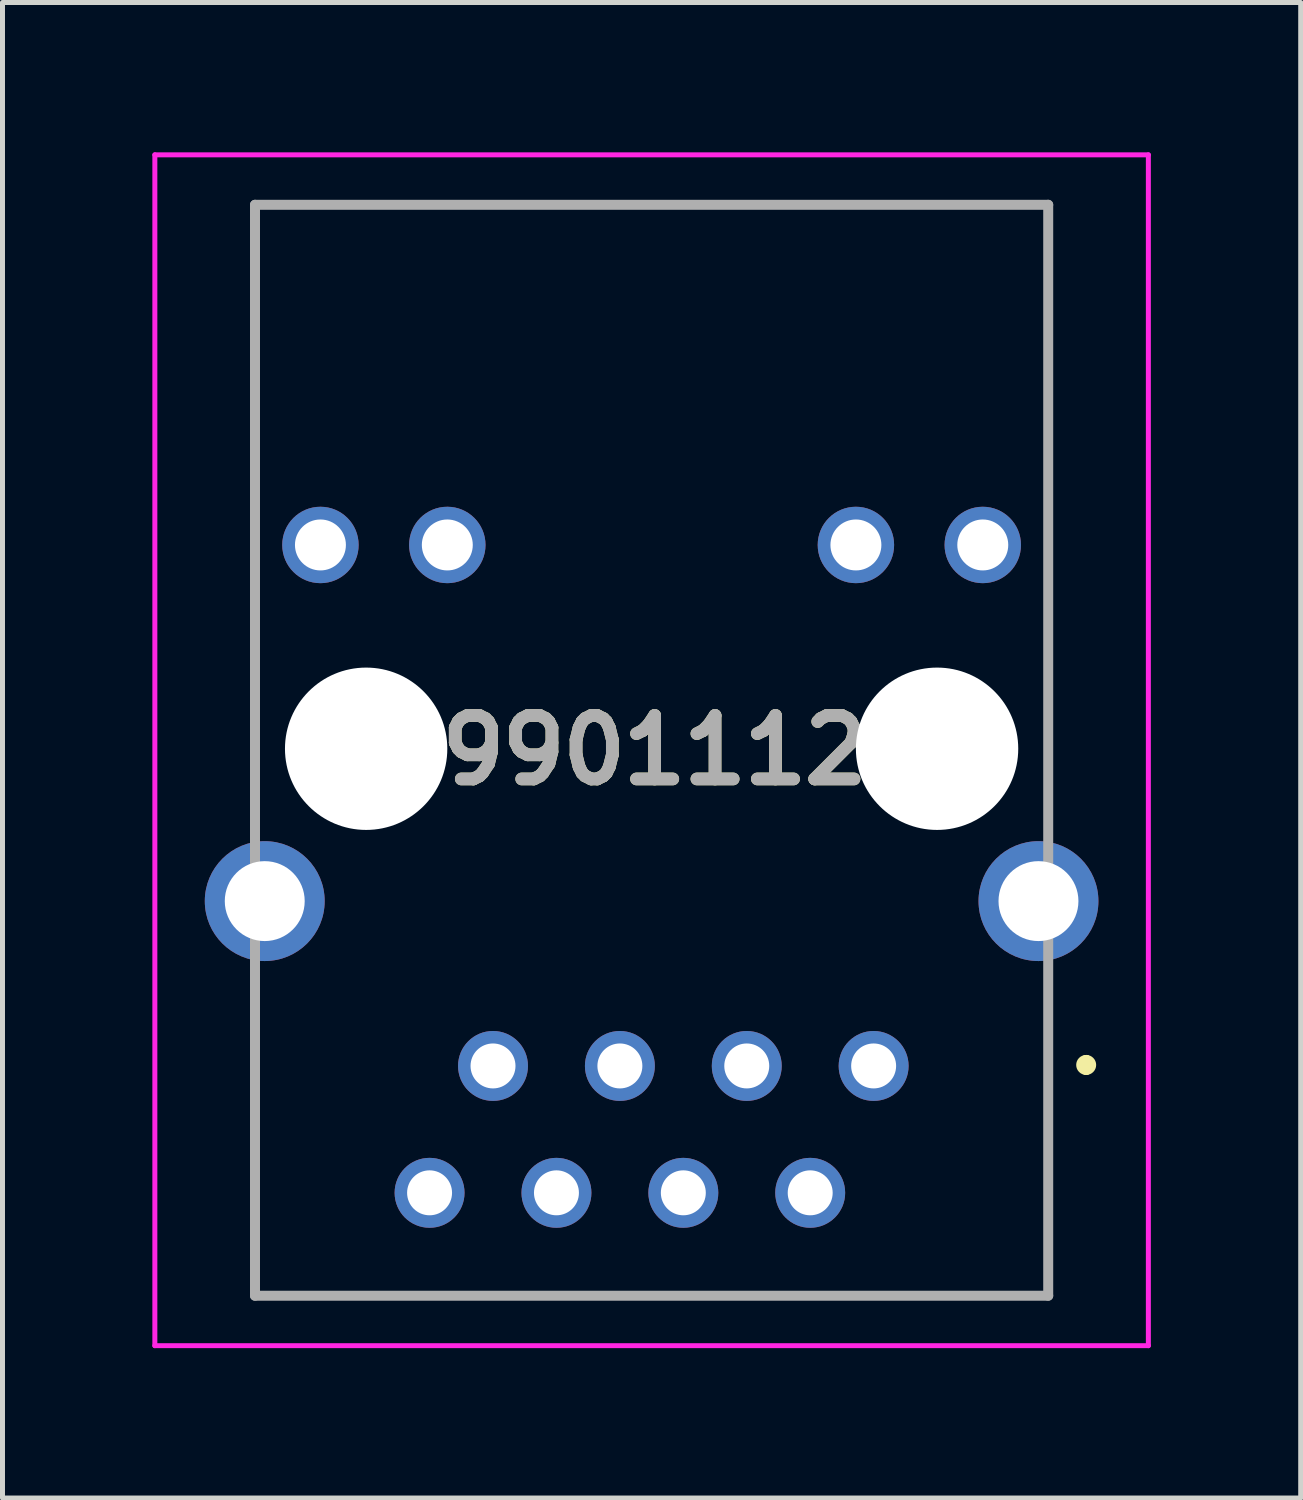
<source format=kicad_pcb>
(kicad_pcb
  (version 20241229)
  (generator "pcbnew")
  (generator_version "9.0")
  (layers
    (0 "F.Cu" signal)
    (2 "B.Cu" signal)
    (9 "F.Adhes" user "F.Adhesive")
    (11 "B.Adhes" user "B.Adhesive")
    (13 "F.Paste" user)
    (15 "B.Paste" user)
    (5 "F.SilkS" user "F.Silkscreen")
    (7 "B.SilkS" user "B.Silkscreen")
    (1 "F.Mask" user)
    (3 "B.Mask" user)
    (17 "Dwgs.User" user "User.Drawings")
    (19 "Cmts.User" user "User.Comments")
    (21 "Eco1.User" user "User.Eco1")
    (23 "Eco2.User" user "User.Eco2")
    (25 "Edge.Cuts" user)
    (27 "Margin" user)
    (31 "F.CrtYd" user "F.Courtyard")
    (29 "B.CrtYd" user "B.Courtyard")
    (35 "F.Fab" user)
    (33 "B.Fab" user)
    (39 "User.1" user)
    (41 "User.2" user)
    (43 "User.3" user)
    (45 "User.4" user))
  (footprint "7499011121A"
    (layer "F.Cu")
    (at 9.995 11.97)
    (property "Reference" "7499011121A" (at 0 0 0) (layer "F.SilkS") (effects (font (size 1.27 1.27) (thickness 0.254))))
    (attr through_hole)
    (fp_line (start -7.94 -10.92) (end 7.94 -10.92) (stroke (width 0.1) (type solid)) (layer "F.SilkS"))
    (fp_line (start -7.94 1.08) (end -7.94 -10.92) (stroke (width 0.1) (type solid)) (layer "F.SilkS"))
    (fp_line (start -7.94 5.08) (end -7.94 10.92) (stroke (width 0.1) (type solid)) (layer "F.SilkS"))
    (fp_line (start -7.94 10.92) (end 7.94 10.92) (stroke (width 0.1) (type solid)) (layer "F.SilkS"))
    (fp_line (start 7.94 -10.92) (end 7.94 1.08) (stroke (width 0.1) (type solid)) (layer "F.SilkS"))
    (fp_line (start 7.94 10.92) (end 7.94 5.08) (stroke (width 0.1) (type solid)) (layer "F.SilkS"))
    (fp_line (start 8.7 6.2) (end 8.7 6.2) (stroke (width 0.2) (type solid)) (layer "F.SilkS"))
    (fp_line (start 8.7 6.4) (end 8.7 6.4) (stroke (width 0.2) (type solid)) (layer "F.SilkS"))
    (fp_arc (start 8.7 6.2) (mid 8.8 6.3) (end 8.7 6.4) (stroke (width 0.2) (type solid)) (layer "F.SilkS"))
    (fp_arc (start 8.7 6.4) (mid 8.6 6.3) (end 8.7 6.2) (stroke (width 0.2) (type solid)) (layer "F.SilkS"))
    (fp_line (start -9.945 -11.92) (end 9.945 -11.92) (stroke (width 0.1) (type solid)) (layer "F.CrtYd"))
    (fp_line (start -9.945 11.92) (end -9.945 -11.92) (stroke (width 0.1) (type solid)) (layer "F.CrtYd"))
    (fp_line (start 9.945 -11.92) (end 9.945 11.92) (stroke (width 0.1) (type solid)) (layer "F.CrtYd"))
    (fp_line (start 9.945 11.92) (end -9.945 11.92) (stroke (width 0.1) (type solid)) (layer "F.CrtYd"))
    (fp_line (start -7.94 -10.92) (end 7.94 -10.92) (stroke (width 0.2) (type solid)) (layer "F.Fab"))
    (fp_line (start -7.94 10.92) (end -7.94 -10.92) (stroke (width 0.2) (type solid)) (layer "F.Fab"))
    (fp_line (start 7.94 -10.92) (end 7.94 10.92) (stroke (width 0.2) (type solid)) (layer "F.Fab"))
    (fp_line (start 7.94 10.92) (end -7.94 10.92) (stroke (width 0.2) (type solid)) (layer "F.Fab"))
    (fp_text user "${REFERENCE}" (at 0 0 0) (layer "F.Fab") (effects (font (size 1.27 1.27) (thickness 0.254))))
    (pad "" np_thru_hole circle (at -5.715 -0.03) (size 3.25 3.25) (drill 3.25) (layers "*.Cu" "*.Mask"))
    (pad "" np_thru_hole circle (at 5.715 -0.03) (size 3.25 3.25) (drill 3.25) (layers "*.Cu" "*.Mask"))
    (pad "1" thru_hole circle (at 4.445 6.32) (size 1.4 1.4) (drill 0.9) (layers "*.Cu" "*.Mask"))
    (pad "2" thru_hole circle (at 3.175 8.86) (size 1.4 1.4) (drill 0.9) (layers "*.Cu" "*.Mask"))
    (pad "3" thru_hole circle (at 1.905 6.32) (size 1.4 1.4) (drill 0.9) (layers "*.Cu" "*.Mask"))
    (pad "4" thru_hole circle (at 0.635 8.86) (size 1.4 1.4) (drill 0.9) (layers "*.Cu" "*.Mask"))
    (pad "5" thru_hole circle (at -0.635 6.32) (size 1.4 1.4) (drill 0.9) (layers "*.Cu" "*.Mask"))
    (pad "6" thru_hole circle (at -1.905 8.86) (size 1.4 1.4) (drill 0.9) (layers "*.Cu" "*.Mask"))
    (pad "7" thru_hole circle (at -3.175 6.32) (size 1.4 1.4) (drill 0.9) (layers "*.Cu" "*.Mask"))
    (pad "8" thru_hole circle (at -4.445 8.86) (size 1.4 1.4) (drill 0.9) (layers "*.Cu" "*.Mask"))
    (pad "9" thru_hole circle (at 6.63 -4.11) (size 1.53 1.53) (drill 1.02) (layers "*.Cu" "*.Mask"))
    (pad "10" thru_hole circle (at 4.09 -4.11) (size 1.53 1.53) (drill 1.02) (layers "*.Cu" "*.Mask"))
    (pad "11" thru_hole circle (at -4.09 -4.11) (size 1.53 1.53) (drill 1.02) (layers "*.Cu" "*.Mask"))
    (pad "12" thru_hole circle (at -6.63 -4.11) (size 1.53 1.53) (drill 1.02) (layers "*.Cu" "*.Mask"))
    (pad "13" thru_hole circle (at -7.745 3.02) (size 2.4 2.4) (drill 1.6) (layers "*.Cu" "*.Mask"))
    (pad "14" thru_hole circle (at 7.745 3.02) (size 2.4 2.4) (drill 1.6) (layers "*.Cu" "*.Mask")))
  (gr_rect
    (start -3 -3)
    (end 22.99 26.94)
    (stroke (width 0.1) (type default))
    (fill no)
    (layer "Edge.Cuts")))
</source>
